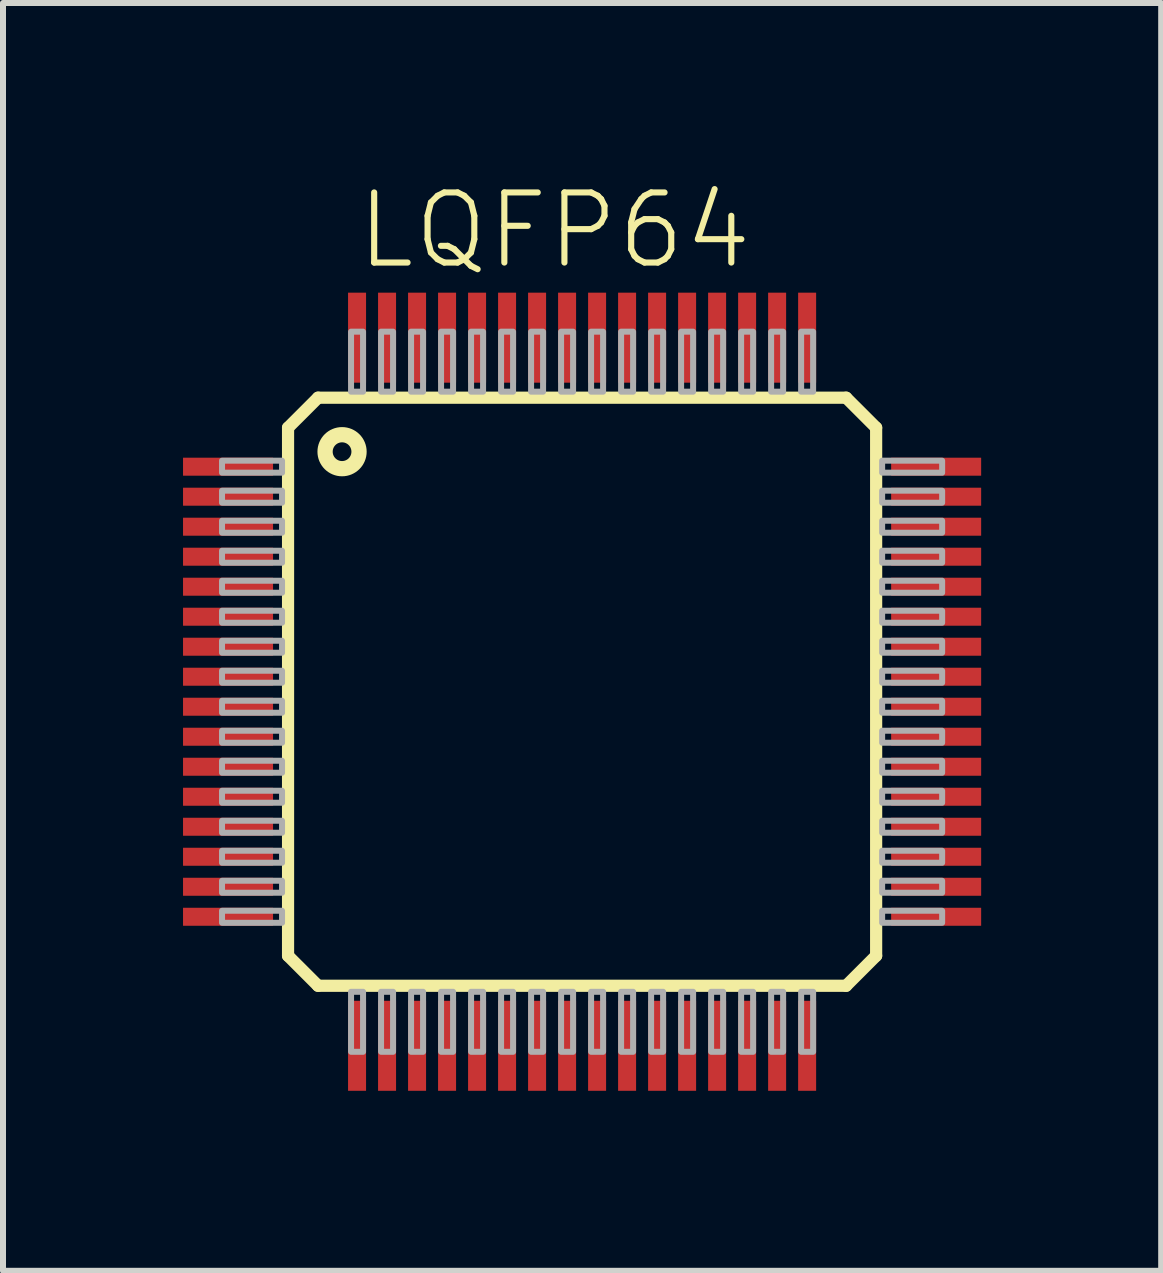
<source format=kicad_pcb>
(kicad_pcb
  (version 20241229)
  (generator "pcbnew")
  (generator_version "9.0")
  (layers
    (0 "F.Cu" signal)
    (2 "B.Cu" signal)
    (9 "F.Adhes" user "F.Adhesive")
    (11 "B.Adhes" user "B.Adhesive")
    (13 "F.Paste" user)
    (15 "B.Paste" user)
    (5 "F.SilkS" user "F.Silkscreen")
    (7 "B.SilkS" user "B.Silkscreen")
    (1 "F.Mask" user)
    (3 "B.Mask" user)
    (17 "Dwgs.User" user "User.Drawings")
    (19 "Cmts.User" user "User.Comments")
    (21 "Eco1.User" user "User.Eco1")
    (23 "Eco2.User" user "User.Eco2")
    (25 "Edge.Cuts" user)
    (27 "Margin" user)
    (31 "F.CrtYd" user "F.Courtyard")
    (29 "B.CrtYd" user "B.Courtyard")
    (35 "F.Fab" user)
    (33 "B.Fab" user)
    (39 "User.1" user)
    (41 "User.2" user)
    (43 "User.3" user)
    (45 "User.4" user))
  (footprint "LQFP64"
    (layer "F.Cu")
    (at 6.65 8.477)
    (property "Reference" "LQFP64" (at -3.81 -7.004 0) (unlocked yes) (layer "F.SilkS") (effects (font (size 1.168 1.168) (thickness 0.102)) (justify left bottom)))
    (fp_line (start -4.9 -4.4) (end -4.4 -4.9) (stroke (width 0.203) (type solid)) (layer "F.SilkS"))
    (fp_line (start -4.9 4.4) (end -4.9 -4.4) (stroke (width 0.203) (type solid)) (layer "F.SilkS"))
    (fp_line (start -4.4 -4.9) (end 4.4 -4.9) (stroke (width 0.203) (type solid)) (layer "F.SilkS"))
    (fp_line (start -4.4 4.9) (end -4.9 4.4) (stroke (width 0.203) (type solid)) (layer "F.SilkS"))
    (fp_line (start 4.4 -4.9) (end 4.9 -4.4) (stroke (width 0.203) (type solid)) (layer "F.SilkS"))
    (fp_line (start 4.4 4.9) (end -4.4 4.9) (stroke (width 0.203) (type solid)) (layer "F.SilkS"))
    (fp_line (start 4.9 -4.4) (end 4.9 4.4) (stroke (width 0.203) (type solid)) (layer "F.SilkS"))
    (fp_line (start 4.9 4.4) (end 4.4 4.9) (stroke (width 0.203) (type solid)) (layer "F.SilkS"))
    (fp_circle (center -4 -4) (end -3.717 -4) (stroke (width 0.254) (type solid)) (fill no) (layer "F.SilkS"))
    (fp_poly (pts (xy -6 -3.65) (xy -5 -3.65) (xy -5 -3.85) (xy -6 -3.85)) (stroke (width 0.1) (type default)) (fill no) (layer "F.Fab"))
    (fp_poly (pts (xy -6 -3.15) (xy -5 -3.15) (xy -5 -3.35) (xy -6 -3.35)) (stroke (width 0.1) (type default)) (fill no) (layer "F.Fab"))
    (fp_poly (pts (xy -6 -2.65) (xy -5 -2.65) (xy -5 -2.85) (xy -6 -2.85)) (stroke (width 0.1) (type default)) (fill no) (layer "F.Fab"))
    (fp_poly (pts (xy -6 -2.15) (xy -5 -2.15) (xy -5 -2.35) (xy -6 -2.35)) (stroke (width 0.1) (type default)) (fill no) (layer "F.Fab"))
    (fp_poly (pts (xy -6 -1.65) (xy -5 -1.65) (xy -5 -1.85) (xy -6 -1.85)) (stroke (width 0.1) (type default)) (fill no) (layer "F.Fab"))
    (fp_poly (pts (xy -6 -1.15) (xy -5 -1.15) (xy -5 -1.35) (xy -6 -1.35)) (stroke (width 0.1) (type default)) (fill no) (layer "F.Fab"))
    (fp_poly (pts (xy -6 -0.65) (xy -5 -0.65) (xy -5 -0.85) (xy -6 -0.85)) (stroke (width 0.1) (type default)) (fill no) (layer "F.Fab"))
    (fp_poly (pts (xy -6 -0.15) (xy -5 -0.15) (xy -5 -0.35) (xy -6 -0.35)) (stroke (width 0.1) (type default)) (fill no) (layer "F.Fab"))
    (fp_poly (pts (xy -6 0.35) (xy -5 0.35) (xy -5 0.15) (xy -6 0.15)) (stroke (width 0.1) (type default)) (fill no) (layer "F.Fab"))
    (fp_poly (pts (xy -6 0.85) (xy -5 0.85) (xy -5 0.65) (xy -6 0.65)) (stroke (width 0.1) (type default)) (fill no) (layer "F.Fab"))
    (fp_poly (pts (xy -6 1.35) (xy -5 1.35) (xy -5 1.15) (xy -6 1.15)) (stroke (width 0.1) (type default)) (fill no) (layer "F.Fab"))
    (fp_poly (pts (xy -6 1.85) (xy -5 1.85) (xy -5 1.65) (xy -6 1.65)) (stroke (width 0.1) (type default)) (fill no) (layer "F.Fab"))
    (fp_poly (pts (xy -6 2.35) (xy -5 2.35) (xy -5 2.15) (xy -6 2.15)) (stroke (width 0.1) (type default)) (fill no) (layer "F.Fab"))
    (fp_poly (pts (xy -6 2.85) (xy -5 2.85) (xy -5 2.65) (xy -6 2.65)) (stroke (width 0.1) (type default)) (fill no) (layer "F.Fab"))
    (fp_poly (pts (xy -6 3.35) (xy -5 3.35) (xy -5 3.15) (xy -6 3.15)) (stroke (width 0.1) (type default)) (fill no) (layer "F.Fab"))
    (fp_poly (pts (xy -6 3.85) (xy -5 3.85) (xy -5 3.65) (xy -6 3.65)) (stroke (width 0.1) (type default)) (fill no) (layer "F.Fab"))
    (fp_poly (pts (xy -3.85 -5) (xy -3.65 -5) (xy -3.65 -6) (xy -3.85 -6)) (stroke (width 0.1) (type default)) (fill no) (layer "F.Fab"))
    (fp_poly (pts (xy -3.85 6) (xy -3.65 6) (xy -3.65 5) (xy -3.85 5)) (stroke (width 0.1) (type default)) (fill no) (layer "F.Fab"))
    (fp_poly (pts (xy -3.35 -5) (xy -3.15 -5) (xy -3.15 -6) (xy -3.35 -6)) (stroke (width 0.1) (type default)) (fill no) (layer "F.Fab"))
    (fp_poly (pts (xy -3.35 6) (xy -3.15 6) (xy -3.15 5) (xy -3.35 5)) (stroke (width 0.1) (type default)) (fill no) (layer "F.Fab"))
    (fp_poly (pts (xy -2.85 -5) (xy -2.65 -5) (xy -2.65 -6) (xy -2.85 -6)) (stroke (width 0.1) (type default)) (fill no) (layer "F.Fab"))
    (fp_poly (pts (xy -2.85 6) (xy -2.65 6) (xy -2.65 5) (xy -2.85 5)) (stroke (width 0.1) (type default)) (fill no) (layer "F.Fab"))
    (fp_poly (pts (xy -2.35 -5) (xy -2.15 -5) (xy -2.15 -6) (xy -2.35 -6)) (stroke (width 0.1) (type default)) (fill no) (layer "F.Fab"))
    (fp_poly (pts (xy -2.35 6) (xy -2.15 6) (xy -2.15 5) (xy -2.35 5)) (stroke (width 0.1) (type default)) (fill no) (layer "F.Fab"))
    (fp_poly (pts (xy -1.85 -5) (xy -1.65 -5) (xy -1.65 -6) (xy -1.85 -6)) (stroke (width 0.1) (type default)) (fill no) (layer "F.Fab"))
    (fp_poly (pts (xy -1.85 6) (xy -1.65 6) (xy -1.65 5) (xy -1.85 5)) (stroke (width 0.1) (type default)) (fill no) (layer "F.Fab"))
    (fp_poly (pts (xy -1.35 -5) (xy -1.15 -5) (xy -1.15 -6) (xy -1.35 -6)) (stroke (width 0.1) (type default)) (fill no) (layer "F.Fab"))
    (fp_poly (pts (xy -1.35 6) (xy -1.15 6) (xy -1.15 5) (xy -1.35 5)) (stroke (width 0.1) (type default)) (fill no) (layer "F.Fab"))
    (fp_poly (pts (xy -0.85 -5) (xy -0.65 -5) (xy -0.65 -6) (xy -0.85 -6)) (stroke (width 0.1) (type default)) (fill no) (layer "F.Fab"))
    (fp_poly (pts (xy -0.85 6) (xy -0.65 6) (xy -0.65 5) (xy -0.85 5)) (stroke (width 0.1) (type default)) (fill no) (layer "F.Fab"))
    (fp_poly (pts (xy -0.35 -5) (xy -0.15 -5) (xy -0.15 -6) (xy -0.35 -6)) (stroke (width 0.1) (type default)) (fill no) (layer "F.Fab"))
    (fp_poly (pts (xy -0.35 6) (xy -0.15 6) (xy -0.15 5) (xy -0.35 5)) (stroke (width 0.1) (type default)) (fill no) (layer "F.Fab"))
    (fp_poly (pts (xy 0.15 -5) (xy 0.35 -5) (xy 0.35 -6) (xy 0.15 -6)) (stroke (width 0.1) (type default)) (fill no) (layer "F.Fab"))
    (fp_poly (pts (xy 0.15 6) (xy 0.35 6) (xy 0.35 5) (xy 0.15 5)) (stroke (width 0.1) (type default)) (fill no) (layer "F.Fab"))
    (fp_poly (pts (xy 0.65 -5) (xy 0.85 -5) (xy 0.85 -6) (xy 0.65 -6)) (stroke (width 0.1) (type default)) (fill no) (layer "F.Fab"))
    (fp_poly (pts (xy 0.65 6) (xy 0.85 6) (xy 0.85 5) (xy 0.65 5)) (stroke (width 0.1) (type default)) (fill no) (layer "F.Fab"))
    (fp_poly (pts (xy 1.15 -5) (xy 1.35 -5) (xy 1.35 -6) (xy 1.15 -6)) (stroke (width 0.1) (type default)) (fill no) (layer "F.Fab"))
    (fp_poly (pts (xy 1.15 6) (xy 1.35 6) (xy 1.35 5) (xy 1.15 5)) (stroke (width 0.1) (type default)) (fill no) (layer "F.Fab"))
    (fp_poly (pts (xy 1.65 -5) (xy 1.85 -5) (xy 1.85 -6) (xy 1.65 -6)) (stroke (width 0.1) (type default)) (fill no) (layer "F.Fab"))
    (fp_poly (pts (xy 1.65 6) (xy 1.85 6) (xy 1.85 5) (xy 1.65 5)) (stroke (width 0.1) (type default)) (fill no) (layer "F.Fab"))
    (fp_poly (pts (xy 2.15 -5) (xy 2.35 -5) (xy 2.35 -6) (xy 2.15 -6)) (stroke (width 0.1) (type default)) (fill no) (layer "F.Fab"))
    (fp_poly (pts (xy 2.15 6) (xy 2.35 6) (xy 2.35 5) (xy 2.15 5)) (stroke (width 0.1) (type default)) (fill no) (layer "F.Fab"))
    (fp_poly (pts (xy 2.65 -5) (xy 2.85 -5) (xy 2.85 -6) (xy 2.65 -6)) (stroke (width 0.1) (type default)) (fill no) (layer "F.Fab"))
    (fp_poly (pts (xy 2.65 6) (xy 2.85 6) (xy 2.85 5) (xy 2.65 5)) (stroke (width 0.1) (type default)) (fill no) (layer "F.Fab"))
    (fp_poly (pts (xy 3.15 -5) (xy 3.35 -5) (xy 3.35 -6) (xy 3.15 -6)) (stroke (width 0.1) (type default)) (fill no) (layer "F.Fab"))
    (fp_poly (pts (xy 3.15 6) (xy 3.35 6) (xy 3.35 5) (xy 3.15 5)) (stroke (width 0.1) (type default)) (fill no) (layer "F.Fab"))
    (fp_poly (pts (xy 3.65 -5) (xy 3.85 -5) (xy 3.85 -6) (xy 3.65 -6)) (stroke (width 0.1) (type default)) (fill no) (layer "F.Fab"))
    (fp_poly (pts (xy 3.65 6) (xy 3.85 6) (xy 3.85 5) (xy 3.65 5)) (stroke (width 0.1) (type default)) (fill no) (layer "F.Fab"))
    (fp_poly (pts (xy 5 -3.65) (xy 6 -3.65) (xy 6 -3.85) (xy 5 -3.85)) (stroke (width 0.1) (type default)) (fill no) (layer "F.Fab"))
    (fp_poly (pts (xy 5 -3.15) (xy 6 -3.15) (xy 6 -3.35) (xy 5 -3.35)) (stroke (width 0.1) (type default)) (fill no) (layer "F.Fab"))
    (fp_poly (pts (xy 5 -2.65) (xy 6 -2.65) (xy 6 -2.85) (xy 5 -2.85)) (stroke (width 0.1) (type default)) (fill no) (layer "F.Fab"))
    (fp_poly (pts (xy 5 -2.15) (xy 6 -2.15) (xy 6 -2.35) (xy 5 -2.35)) (stroke (width 0.1) (type default)) (fill no) (layer "F.Fab"))
    (fp_poly (pts (xy 5 -1.65) (xy 6 -1.65) (xy 6 -1.85) (xy 5 -1.85)) (stroke (width 0.1) (type default)) (fill no) (layer "F.Fab"))
    (fp_poly (pts (xy 5 -1.15) (xy 6 -1.15) (xy 6 -1.35) (xy 5 -1.35)) (stroke (width 0.1) (type default)) (fill no) (layer "F.Fab"))
    (fp_poly (pts (xy 5 -0.65) (xy 6 -0.65) (xy 6 -0.85) (xy 5 -0.85)) (stroke (width 0.1) (type default)) (fill no) (layer "F.Fab"))
    (fp_poly (pts (xy 5 -0.15) (xy 6 -0.15) (xy 6 -0.35) (xy 5 -0.35)) (stroke (width 0.1) (type default)) (fill no) (layer "F.Fab"))
    (fp_poly (pts (xy 5 0.35) (xy 6 0.35) (xy 6 0.15) (xy 5 0.15)) (stroke (width 0.1) (type default)) (fill no) (layer "F.Fab"))
    (fp_poly (pts (xy 5 0.85) (xy 6 0.85) (xy 6 0.65) (xy 5 0.65)) (stroke (width 0.1) (type default)) (fill no) (layer "F.Fab"))
    (fp_poly (pts (xy 5 1.35) (xy 6 1.35) (xy 6 1.15) (xy 5 1.15)) (stroke (width 0.1) (type default)) (fill no) (layer "F.Fab"))
    (fp_poly (pts (xy 5 1.85) (xy 6 1.85) (xy 6 1.65) (xy 5 1.65)) (stroke (width 0.1) (type default)) (fill no) (layer "F.Fab"))
    (fp_poly (pts (xy 5 2.35) (xy 6 2.35) (xy 6 2.15) (xy 5 2.15)) (stroke (width 0.1) (type default)) (fill no) (layer "F.Fab"))
    (fp_poly (pts (xy 5 2.85) (xy 6 2.85) (xy 6 2.65) (xy 5 2.65)) (stroke (width 0.1) (type default)) (fill no) (layer "F.Fab"))
    (fp_poly (pts (xy 5 3.35) (xy 6 3.35) (xy 6 3.15) (xy 5 3.15)) (stroke (width 0.1) (type default)) (fill no) (layer "F.Fab"))
    (fp_poly (pts (xy 5 3.85) (xy 6 3.85) (xy 6 3.65) (xy 5 3.65)) (stroke (width 0.1) (type default)) (fill no) (layer "F.Fab"))
    (pad "1" smd rect (at -5.9 -3.75) (size 1.5 0.3) (layers "F.Cu" "F.Mask" "F.Paste"))
    (pad "2" smd rect (at -5.9 -3.25) (size 1.5 0.3) (layers "F.Cu" "F.Mask" "F.Paste"))
    (pad "3" smd rect (at -5.9 -2.75) (size 1.5 0.3) (layers "F.Cu" "F.Mask" "F.Paste"))
    (pad "4" smd rect (at -5.9 -2.25) (size 1.5 0.3) (layers "F.Cu" "F.Mask" "F.Paste"))
    (pad "5" smd rect (at -5.9 -1.75) (size 1.5 0.3) (layers "F.Cu" "F.Mask" "F.Paste"))
    (pad "6" smd rect (at -5.9 -1.25) (size 1.5 0.3) (layers "F.Cu" "F.Mask" "F.Paste"))
    (pad "7" smd rect (at -5.9 -0.75) (size 1.5 0.3) (layers "F.Cu" "F.Mask" "F.Paste"))
    (pad "8" smd rect (at -5.9 -0.25) (size 1.5 0.3) (layers "F.Cu" "F.Mask" "F.Paste"))
    (pad "9" smd rect (at -5.9 0.25) (size 1.5 0.3) (layers "F.Cu" "F.Mask" "F.Paste"))
    (pad "10" smd rect (at -5.9 0.75) (size 1.5 0.3) (layers "F.Cu" "F.Mask" "F.Paste"))
    (pad "11" smd rect (at -5.9 1.25) (size 1.5 0.3) (layers "F.Cu" "F.Mask" "F.Paste"))
    (pad "12" smd rect (at -5.9 1.75) (size 1.5 0.3) (layers "F.Cu" "F.Mask" "F.Paste"))
    (pad "13" smd rect (at -5.9 2.25) (size 1.5 0.3) (layers "F.Cu" "F.Mask" "F.Paste"))
    (pad "14" smd rect (at -5.9 2.75) (size 1.5 0.3) (layers "F.Cu" "F.Mask" "F.Paste"))
    (pad "15" smd rect (at -5.9 3.25) (size 1.5 0.3) (layers "F.Cu" "F.Mask" "F.Paste"))
    (pad "16" smd rect (at -5.9 3.75) (size 1.5 0.3) (layers "F.Cu" "F.Mask" "F.Paste"))
    (pad "17" smd rect (at -3.75 5.9) (size 0.3 1.5) (layers "F.Cu" "F.Mask" "F.Paste"))
    (pad "18" smd rect (at -3.25 5.9) (size 0.3 1.5) (layers "F.Cu" "F.Mask" "F.Paste"))
    (pad "19" smd rect (at -2.75 5.9) (size 0.3 1.5) (layers "F.Cu" "F.Mask" "F.Paste"))
    (pad "20" smd rect (at -2.25 5.9) (size 0.3 1.5) (layers "F.Cu" "F.Mask" "F.Paste"))
    (pad "21" smd rect (at -1.75 5.9) (size 0.3 1.5) (layers "F.Cu" "F.Mask" "F.Paste"))
    (pad "22" smd rect (at -1.25 5.9) (size 0.3 1.5) (layers "F.Cu" "F.Mask" "F.Paste"))
    (pad "23" smd rect (at -0.75 5.9) (size 0.3 1.5) (layers "F.Cu" "F.Mask" "F.Paste"))
    (pad "24" smd rect (at -0.25 5.9) (size 0.3 1.5) (layers "F.Cu" "F.Mask" "F.Paste"))
    (pad "25" smd rect (at 0.25 5.9) (size 0.3 1.5) (layers "F.Cu" "F.Mask" "F.Paste"))
    (pad "26" smd rect (at 0.75 5.9) (size 0.3 1.5) (layers "F.Cu" "F.Mask" "F.Paste"))
    (pad "27" smd rect (at 1.25 5.9) (size 0.3 1.5) (layers "F.Cu" "F.Mask" "F.Paste"))
    (pad "28" smd rect (at 1.75 5.9) (size 0.3 1.5) (layers "F.Cu" "F.Mask" "F.Paste"))
    (pad "29" smd rect (at 2.25 5.9) (size 0.3 1.5) (layers "F.Cu" "F.Mask" "F.Paste"))
    (pad "30" smd rect (at 2.75 5.9) (size 0.3 1.5) (layers "F.Cu" "F.Mask" "F.Paste"))
    (pad "31" smd rect (at 3.25 5.9) (size 0.3 1.5) (layers "F.Cu" "F.Mask" "F.Paste"))
    (pad "32" smd rect (at 3.75 5.9) (size 0.3 1.5) (layers "F.Cu" "F.Mask" "F.Paste"))
    (pad "33" smd rect (at 5.9 3.75) (size 1.5 0.3) (layers "F.Cu" "F.Mask" "F.Paste"))
    (pad "34" smd rect (at 5.9 3.25) (size 1.5 0.3) (layers "F.Cu" "F.Mask" "F.Paste"))
    (pad "35" smd rect (at 5.9 2.75) (size 1.5 0.3) (layers "F.Cu" "F.Mask" "F.Paste"))
    (pad "36" smd rect (at 5.9 2.25) (size 1.5 0.3) (layers "F.Cu" "F.Mask" "F.Paste"))
    (pad "37" smd rect (at 5.9 1.75) (size 1.5 0.3) (layers "F.Cu" "F.Mask" "F.Paste"))
    (pad "38" smd rect (at 5.9 1.25) (size 1.5 0.3) (layers "F.Cu" "F.Mask" "F.Paste"))
    (pad "39" smd rect (at 5.9 0.75) (size 1.5 0.3) (layers "F.Cu" "F.Mask" "F.Paste"))
    (pad "40" smd rect (at 5.9 0.25) (size 1.5 0.3) (layers "F.Cu" "F.Mask" "F.Paste"))
    (pad "41" smd rect (at 5.9 -0.25) (size 1.5 0.3) (layers "F.Cu" "F.Mask" "F.Paste"))
    (pad "42" smd rect (at 5.9 -0.75) (size 1.5 0.3) (layers "F.Cu" "F.Mask" "F.Paste"))
    (pad "43" smd rect (at 5.9 -1.25) (size 1.5 0.3) (layers "F.Cu" "F.Mask" "F.Paste"))
    (pad "44" smd rect (at 5.9 -1.75) (size 1.5 0.3) (layers "F.Cu" "F.Mask" "F.Paste"))
    (pad "45" smd rect (at 5.9 -2.25) (size 1.5 0.3) (layers "F.Cu" "F.Mask" "F.Paste"))
    (pad "46" smd rect (at 5.9 -2.75) (size 1.5 0.3) (layers "F.Cu" "F.Mask" "F.Paste"))
    (pad "47" smd rect (at 5.9 -3.25) (size 1.5 0.3) (layers "F.Cu" "F.Mask" "F.Paste"))
    (pad "48" smd rect (at 5.9 -3.75) (size 1.5 0.3) (layers "F.Cu" "F.Mask" "F.Paste"))
    (pad "49" smd rect (at 3.75 -5.9) (size 0.3 1.5) (layers "F.Cu" "F.Mask" "F.Paste"))
    (pad "50" smd rect (at 3.25 -5.9) (size 0.3 1.5) (layers "F.Cu" "F.Mask" "F.Paste"))
    (pad "51" smd rect (at 2.75 -5.9) (size 0.3 1.5) (layers "F.Cu" "F.Mask" "F.Paste"))
    (pad "52" smd rect (at 2.25 -5.9) (size 0.3 1.5) (layers "F.Cu" "F.Mask" "F.Paste"))
    (pad "53" smd rect (at 1.75 -5.9) (size 0.3 1.5) (layers "F.Cu" "F.Mask" "F.Paste"))
    (pad "54" smd rect (at 1.25 -5.9) (size 0.3 1.5) (layers "F.Cu" "F.Mask" "F.Paste"))
    (pad "55" smd rect (at 0.75 -5.9) (size 0.3 1.5) (layers "F.Cu" "F.Mask" "F.Paste"))
    (pad "56" smd rect (at 0.25 -5.9) (size 0.3 1.5) (layers "F.Cu" "F.Mask" "F.Paste"))
    (pad "57" smd rect (at -0.25 -5.9) (size 0.3 1.5) (layers "F.Cu" "F.Mask" "F.Paste"))
    (pad "58" smd rect (at -0.75 -5.9) (size 0.3 1.5) (layers "F.Cu" "F.Mask" "F.Paste"))
    (pad "59" smd rect (at -1.25 -5.9) (size 0.3 1.5) (layers "F.Cu" "F.Mask" "F.Paste"))
    (pad "60" smd rect (at -1.75 -5.9) (size 0.3 1.5) (layers "F.Cu" "F.Mask" "F.Paste"))
    (pad "61" smd rect (at -2.25 -5.9) (size 0.3 1.5) (layers "F.Cu" "F.Mask" "F.Paste"))
    (pad "62" smd rect (at -2.75 -5.9) (size 0.3 1.5) (layers "F.Cu" "F.Mask" "F.Paste"))
    (pad "63" smd rect (at -3.25 -5.9) (size 0.3 1.5) (layers "F.Cu" "F.Mask" "F.Paste"))
    (pad "64" smd rect (at -3.75 -5.9) (size 0.3 1.5) (layers "F.Cu" "F.Mask" "F.Paste")))
  (gr_rect
    (start -3 -3)
    (end 16.3 18.127)
    (stroke (width 0.1) (type default))
    (fill no)
    (layer "Edge.Cuts")))
</source>
